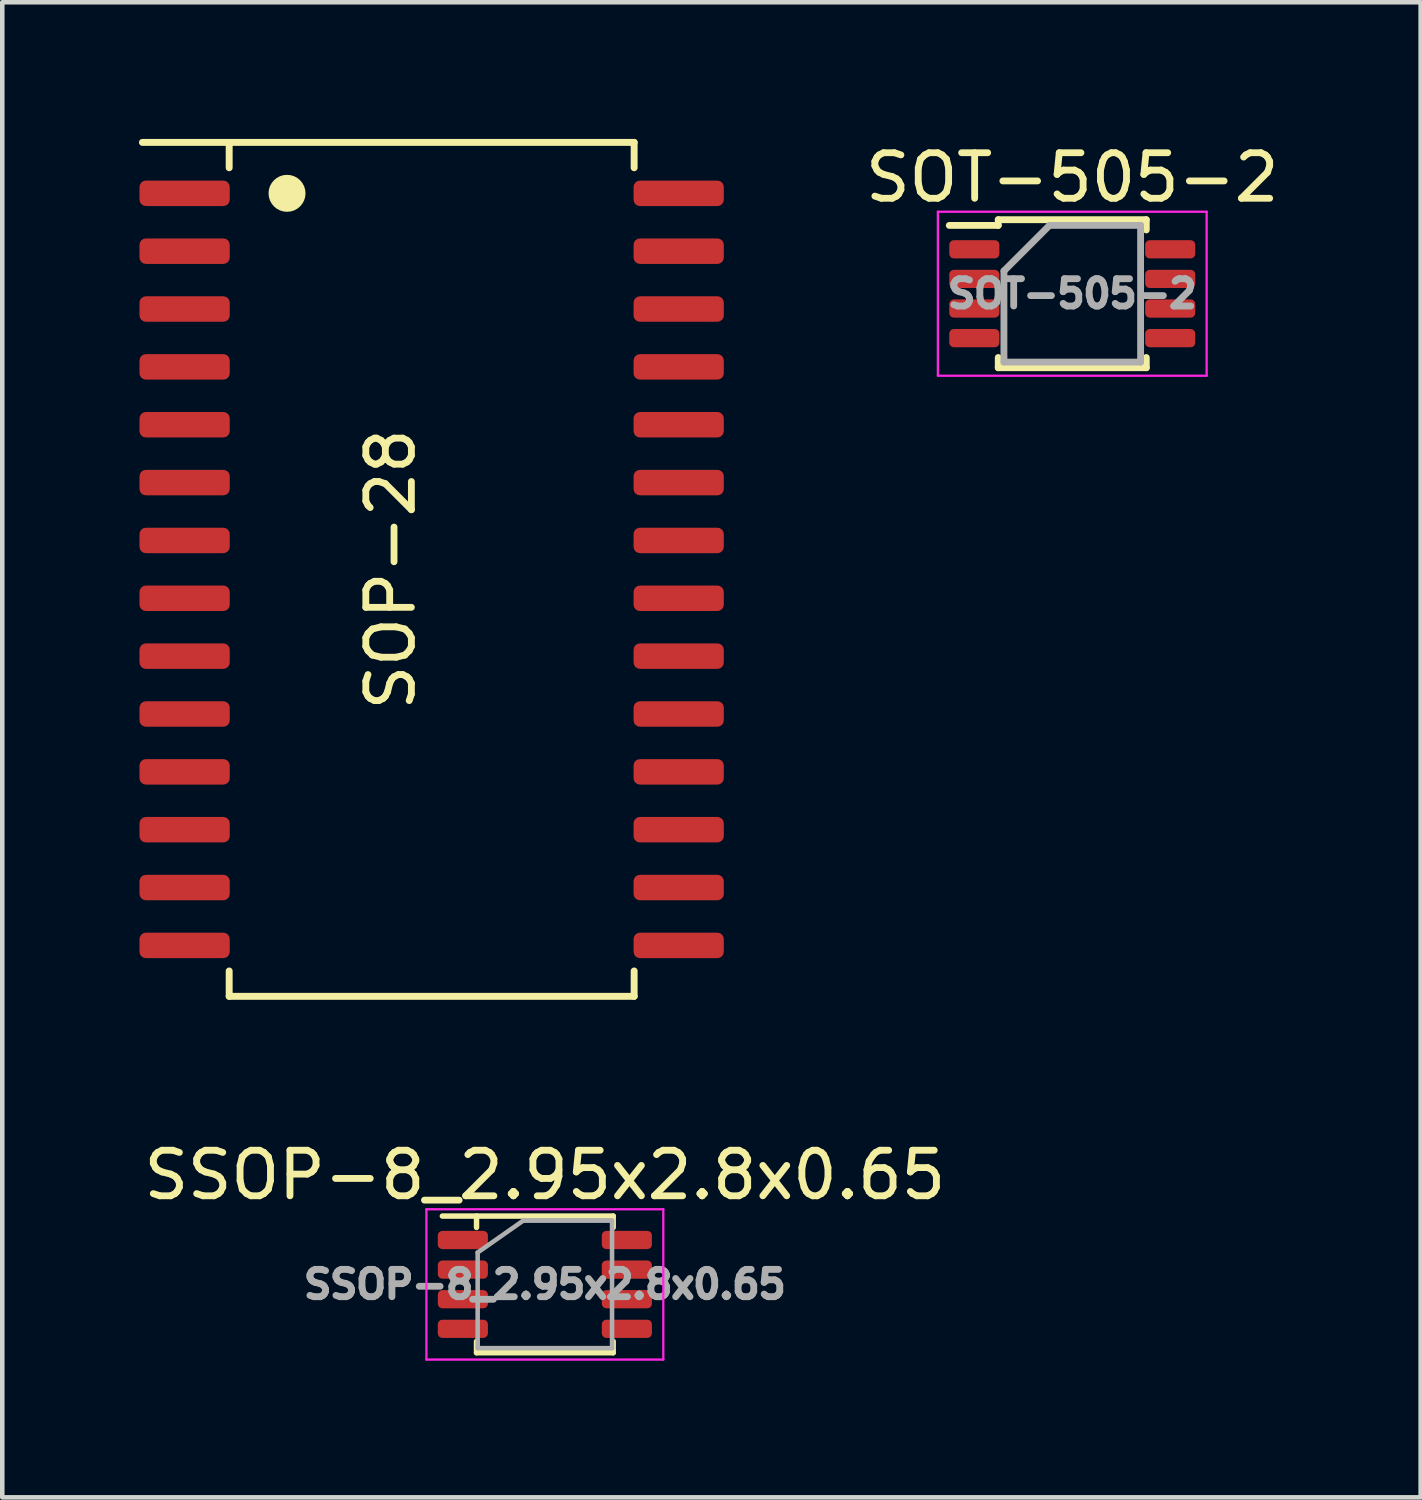
<source format=kicad_pcb>
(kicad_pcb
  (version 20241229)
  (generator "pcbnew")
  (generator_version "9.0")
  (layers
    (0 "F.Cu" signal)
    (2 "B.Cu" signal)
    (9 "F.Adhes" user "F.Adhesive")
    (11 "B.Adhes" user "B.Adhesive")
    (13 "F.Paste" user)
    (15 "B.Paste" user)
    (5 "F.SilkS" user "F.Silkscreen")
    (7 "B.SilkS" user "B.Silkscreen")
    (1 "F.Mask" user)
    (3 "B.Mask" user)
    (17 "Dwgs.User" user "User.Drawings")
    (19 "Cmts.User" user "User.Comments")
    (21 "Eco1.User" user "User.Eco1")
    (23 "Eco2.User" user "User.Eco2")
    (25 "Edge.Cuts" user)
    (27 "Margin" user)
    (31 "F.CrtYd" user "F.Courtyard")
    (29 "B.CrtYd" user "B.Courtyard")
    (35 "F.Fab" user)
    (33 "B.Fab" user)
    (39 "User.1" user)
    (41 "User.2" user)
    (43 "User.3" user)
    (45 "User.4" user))
  (footprint "SOP-28"
    (layer "F.Cu")
    (at 6.426 9.449)
    (property "Reference" "SOP-28" (at -0.9 0 270) (layer "F.SilkS") (effects (font (size 1 1) (thickness 0.15))))
    (attr smd)
    (fp_line (start -4.445 -9.373) (end -4.445 -8.816) (stroke (width 0.152) (type solid)) (layer "F.SilkS"))
    (fp_line (start -4.445 8.816) (end -4.445 9.373) (stroke (width 0.152) (type solid)) (layer "F.SilkS"))
    (fp_line (start -4.445 9.373) (end 4.445 9.373) (stroke (width 0.152) (type solid)) (layer "F.SilkS"))
    (fp_line (start 4.445 -9.373) (end -6.35 -9.373) (stroke (width 0.152) (type solid)) (layer "F.SilkS"))
    (fp_line (start 4.445 -8.816) (end 4.445 -9.373) (stroke (width 0.152) (type solid)) (layer "F.SilkS"))
    (fp_line (start 4.445 9.373) (end 4.445 8.816) (stroke (width 0.152) (type solid)) (layer "F.SilkS"))
    (fp_circle (center -3.175 -8.255) (end -2.972 -8.255) (stroke (width 0.406) (type solid)) (fill no) (layer "F.SilkS"))
    (pad "1" smd roundrect (at -5.423 -8.255) (size 1.981 0.559) (layers "F.Cu" "F.Mask" "F.Paste") (roundrect_rratio 0.25))
    (pad "2" smd roundrect (at -5.423 -6.985) (size 1.981 0.559) (layers "F.Cu" "F.Mask" "F.Paste") (roundrect_rratio 0.25))
    (pad "3" smd roundrect (at -5.423 -5.715) (size 1.981 0.559) (layers "F.Cu" "F.Mask" "F.Paste") (roundrect_rratio 0.25))
    (pad "4" smd roundrect (at -5.423 -4.445) (size 1.981 0.559) (layers "F.Cu" "F.Mask" "F.Paste") (roundrect_rratio 0.25))
    (pad "5" smd roundrect (at -5.423 -3.175) (size 1.981 0.559) (layers "F.Cu" "F.Mask" "F.Paste") (roundrect_rratio 0.25))
    (pad "6" smd roundrect (at -5.423 -1.905) (size 1.981 0.559) (layers "F.Cu" "F.Mask" "F.Paste") (roundrect_rratio 0.25))
    (pad "7" smd roundrect (at -5.423 -0.635) (size 1.981 0.559) (layers "F.Cu" "F.Mask" "F.Paste") (roundrect_rratio 0.25))
    (pad "8" smd roundrect (at -5.423 0.635) (size 1.981 0.559) (layers "F.Cu" "F.Mask" "F.Paste") (roundrect_rratio 0.25))
    (pad "9" smd roundrect (at -5.423 1.905) (size 1.981 0.559) (layers "F.Cu" "F.Mask" "F.Paste") (roundrect_rratio 0.25))
    (pad "10" smd roundrect (at -5.423 3.175) (size 1.981 0.559) (layers "F.Cu" "F.Mask" "F.Paste") (roundrect_rratio 0.25))
    (pad "11" smd roundrect (at -5.423 4.445) (size 1.981 0.559) (layers "F.Cu" "F.Mask" "F.Paste") (roundrect_rratio 0.25))
    (pad "12" smd roundrect (at -5.423 5.715) (size 1.981 0.559) (layers "F.Cu" "F.Mask" "F.Paste") (roundrect_rratio 0.25))
    (pad "13" smd roundrect (at -5.423 6.985) (size 1.981 0.559) (layers "F.Cu" "F.Mask" "F.Paste") (roundrect_rratio 0.25))
    (pad "14" smd roundrect (at -5.423 8.255) (size 1.981 0.559) (layers "F.Cu" "F.Mask" "F.Paste") (roundrect_rratio 0.25))
    (pad "15" smd roundrect (at 5.423 8.255) (size 1.981 0.559) (layers "F.Cu" "F.Mask" "F.Paste") (roundrect_rratio 0.25))
    (pad "16" smd roundrect (at 5.423 6.985) (size 1.981 0.559) (layers "F.Cu" "F.Mask" "F.Paste") (roundrect_rratio 0.25))
    (pad "17" smd roundrect (at 5.423 5.715) (size 1.981 0.559) (layers "F.Cu" "F.Mask" "F.Paste") (roundrect_rratio 0.25))
    (pad "18" smd roundrect (at 5.423 4.445) (size 1.981 0.559) (layers "F.Cu" "F.Mask" "F.Paste") (roundrect_rratio 0.25))
    (pad "19" smd roundrect (at 5.423 3.175) (size 1.981 0.559) (layers "F.Cu" "F.Mask" "F.Paste") (roundrect_rratio 0.25))
    (pad "20" smd roundrect (at 5.423 1.905) (size 1.981 0.559) (layers "F.Cu" "F.Mask" "F.Paste") (roundrect_rratio 0.25))
    (pad "21" smd roundrect (at 5.423 0.635) (size 1.981 0.559) (layers "F.Cu" "F.Mask" "F.Paste") (roundrect_rratio 0.25))
    (pad "22" smd roundrect (at 5.423 -0.635) (size 1.981 0.559) (layers "F.Cu" "F.Mask" "F.Paste") (roundrect_rratio 0.25))
    (pad "23" smd roundrect (at 5.423 -1.905) (size 1.981 0.559) (layers "F.Cu" "F.Mask" "F.Paste") (roundrect_rratio 0.25))
    (pad "24" smd roundrect (at 5.423 -3.175) (size 1.981 0.559) (layers "F.Cu" "F.Mask" "F.Paste") (roundrect_rratio 0.25))
    (pad "25" smd roundrect (at 5.423 -4.445) (size 1.981 0.559) (layers "F.Cu" "F.Mask" "F.Paste") (roundrect_rratio 0.25))
    (pad "26" smd roundrect (at 5.423 -5.715) (size 1.981 0.559) (layers "F.Cu" "F.Mask" "F.Paste") (roundrect_rratio 0.25))
    (pad "27" smd roundrect (at 5.423 -6.985) (size 1.981 0.559) (layers "F.Cu" "F.Mask" "F.Paste") (roundrect_rratio 0.25))
    (pad "28" smd roundrect (at 5.423 -8.255) (size 1.981 0.559) (layers "F.Cu" "F.Mask" "F.Paste") (roundrect_rratio 0.25)))
  (footprint "SOT-505-2"
    (layer "F.Cu")
    (at 20.489 3.398)
    (property "Reference" "SOT-505-2" (at 0 -2.55 0) (layer "F.SilkS") (effects (font (size 1 1) (thickness 0.15))))
    (attr smd)
    (fp_line (start -1.625 -1.625) (end -1.625 -1.5) (stroke (width 0.15) (type solid)) (layer "F.SilkS"))
    (fp_line (start -1.625 -1.625) (end 1.625 -1.625) (stroke (width 0.15) (type solid)) (layer "F.SilkS"))
    (fp_line (start -1.625 -1.5) (end -2.7 -1.5) (stroke (width 0.15) (type solid)) (layer "F.SilkS"))
    (fp_line (start -1.625 1.625) (end -1.625 1.4) (stroke (width 0.15) (type solid)) (layer "F.SilkS"))
    (fp_line (start -1.625 1.625) (end 1.625 1.625) (stroke (width 0.15) (type solid)) (layer "F.SilkS"))
    (fp_line (start 1.625 -1.625) (end 1.625 -1.4) (stroke (width 0.15) (type solid)) (layer "F.SilkS"))
    (fp_line (start 1.625 1.625) (end 1.625 1.4) (stroke (width 0.15) (type solid)) (layer "F.SilkS"))
    (fp_line (start -2.95 -1.8) (end -2.95 1.8) (stroke (width 0.05) (type solid)) (layer "F.CrtYd"))
    (fp_line (start -2.95 -1.8) (end 2.95 -1.8) (stroke (width 0.05) (type solid)) (layer "F.CrtYd"))
    (fp_line (start -2.95 1.8) (end 2.95 1.8) (stroke (width 0.05) (type solid)) (layer "F.CrtYd"))
    (fp_line (start 2.95 -1.8) (end 2.95 1.8) (stroke (width 0.05) (type solid)) (layer "F.CrtYd"))
    (fp_line (start -1.5 -0.5) (end -0.5 -1.5) (stroke (width 0.15) (type solid)) (layer "F.Fab"))
    (fp_line (start -1.5 1.5) (end -1.5 -0.5) (stroke (width 0.15) (type solid)) (layer "F.Fab"))
    (fp_line (start -0.5 -1.5) (end 1.5 -1.5) (stroke (width 0.15) (type solid)) (layer "F.Fab"))
    (fp_line (start 1.5 -1.5) (end 1.5 1.5) (stroke (width 0.15) (type solid)) (layer "F.Fab"))
    (fp_line (start 1.5 1.5) (end -1.5 1.5) (stroke (width 0.15) (type solid)) (layer "F.Fab"))
    (fp_text user "${REFERENCE}" (at 0 0 0) (layer "F.Fab") (effects (font (size 0.6 0.6) (thickness 0.15))))
    (pad "1" smd roundrect (at -2.15 -0.975) (size 1.1 0.4) (layers "F.Cu" "F.Mask" "F.Paste") (roundrect_rratio 0.25))
    (pad "2" smd roundrect (at -2.15 -0.325) (size 1.1 0.4) (layers "F.Cu" "F.Mask" "F.Paste") (roundrect_rratio 0.25))
    (pad "3" smd roundrect (at -2.15 0.325) (size 1.1 0.4) (layers "F.Cu" "F.Mask" "F.Paste") (roundrect_rratio 0.25))
    (pad "4" smd roundrect (at -2.15 0.975) (size 1.1 0.4) (layers "F.Cu" "F.Mask" "F.Paste") (roundrect_rratio 0.25))
    (pad "5" smd roundrect (at 2.15 0.975) (size 1.1 0.4) (layers "F.Cu" "F.Mask" "F.Paste") (roundrect_rratio 0.25))
    (pad "6" smd roundrect (at 2.15 0.325) (size 1.1 0.4) (layers "F.Cu" "F.Mask" "F.Paste") (roundrect_rratio 0.25))
    (pad "7" smd roundrect (at 2.15 -0.325) (size 1.1 0.4) (layers "F.Cu" "F.Mask" "F.Paste") (roundrect_rratio 0.25))
    (pad "8" smd roundrect (at 2.15 -0.975) (size 1.1 0.4) (layers "F.Cu" "F.Mask" "F.Paste") (roundrect_rratio 0.25)))
  (footprint "SSOP-8_2.95x2.8x0.65"
    (layer "F.Cu")
    (at 8.911 25.146)
    (property "Reference" "SSOP-8_2.95x2.8x0.65" (at 0 -2.4 0) (layer "F.SilkS") (effects (font (size 1 1) (thickness 0.15))))
    (attr smd)
    (fp_line (start -1.5 -1.25) (end -1.5 -1.5) (stroke (width 0.12) (type solid)) (layer "F.SilkS"))
    (fp_line (start -1.5 1.5) (end -1.5 1.25) (stroke (width 0.12) (type solid)) (layer "F.SilkS"))
    (fp_line (start 1.5 -1.5) (end -2.25 -1.5) (stroke (width 0.12) (type solid)) (layer "F.SilkS"))
    (fp_line (start 1.5 -1.25) (end 1.5 -1.5) (stroke (width 0.12) (type solid)) (layer "F.SilkS"))
    (fp_line (start 1.5 1.5) (end -1.5 1.5) (stroke (width 0.12) (type solid)) (layer "F.SilkS"))
    (fp_line (start 1.5 1.5) (end 1.5 1.25) (stroke (width 0.12) (type solid)) (layer "F.SilkS"))
    (fp_line (start -2.6 -1.65) (end 2.6 -1.65) (stroke (width 0.05) (type solid)) (layer "F.CrtYd"))
    (fp_line (start -2.6 1.65) (end -2.6 -1.65) (stroke (width 0.05) (type solid)) (layer "F.CrtYd"))
    (fp_line (start 2.6 -1.65) (end 2.6 1.65) (stroke (width 0.05) (type solid)) (layer "F.CrtYd"))
    (fp_line (start 2.6 1.65) (end -2.6 1.65) (stroke (width 0.05) (type solid)) (layer "F.CrtYd"))
    (fp_line (start -1.475 1.4) (end -1.475 -0.7) (stroke (width 0.1) (type solid)) (layer "F.Fab"))
    (fp_line (start -0.475 -1.4) (end -1.475 -0.7) (stroke (width 0.1) (type solid)) (layer "F.Fab"))
    (fp_line (start -0.475 -1.4) (end 1.475 -1.4) (stroke (width 0.1) (type solid)) (layer "F.Fab"))
    (fp_line (start 1.475 -1.4) (end 1.475 1.4) (stroke (width 0.1) (type solid)) (layer "F.Fab"))
    (fp_line (start 1.475 1.4) (end -1.475 1.4) (stroke (width 0.1) (type solid)) (layer "F.Fab"))
    (fp_text user "${REFERENCE}" (at 0 0 0) (layer "F.Fab") (effects (font (size 0.6 0.6) (thickness 0.15))))
    (pad "1" smd roundrect (at -1.8 -0.975 270) (size 0.4 1.1) (layers "F.Cu" "F.Mask" "F.Paste") (roundrect_rratio 0.25))
    (pad "2" smd roundrect (at -1.8 -0.325 270) (size 0.4 1.1) (layers "F.Cu" "F.Mask" "F.Paste") (roundrect_rratio 0.25))
    (pad "3" smd roundrect (at -1.8 0.325 270) (size 0.4 1.1) (layers "F.Cu" "F.Mask" "F.Paste") (roundrect_rratio 0.25))
    (pad "4" smd roundrect (at -1.8 0.975 270) (size 0.4 1.1) (layers "F.Cu" "F.Mask" "F.Paste") (roundrect_rratio 0.25))
    (pad "5" smd roundrect (at 1.8 0.975 270) (size 0.4 1.1) (layers "F.Cu" "F.Mask" "F.Paste") (roundrect_rratio 0.25))
    (pad "6" smd roundrect (at 1.8 0.325 270) (size 0.4 1.1) (layers "F.Cu" "F.Mask" "F.Paste") (roundrect_rratio 0.25))
    (pad "7" smd roundrect (at 1.8 -0.325 270) (size 0.4 1.1) (layers "F.Cu" "F.Mask" "F.Paste") (roundrect_rratio 0.25))
    (pad "8" smd roundrect (at 1.8 -0.975 270) (size 0.4 1.1) (layers "F.Cu" "F.Mask" "F.Paste") (roundrect_rratio 0.25)))
  (gr_rect
    (start -3 -3)
    (end 28.137 29.821)
    (stroke (width 0.1) (type default))
    (fill no)
    (layer "Edge.Cuts")))
</source>
